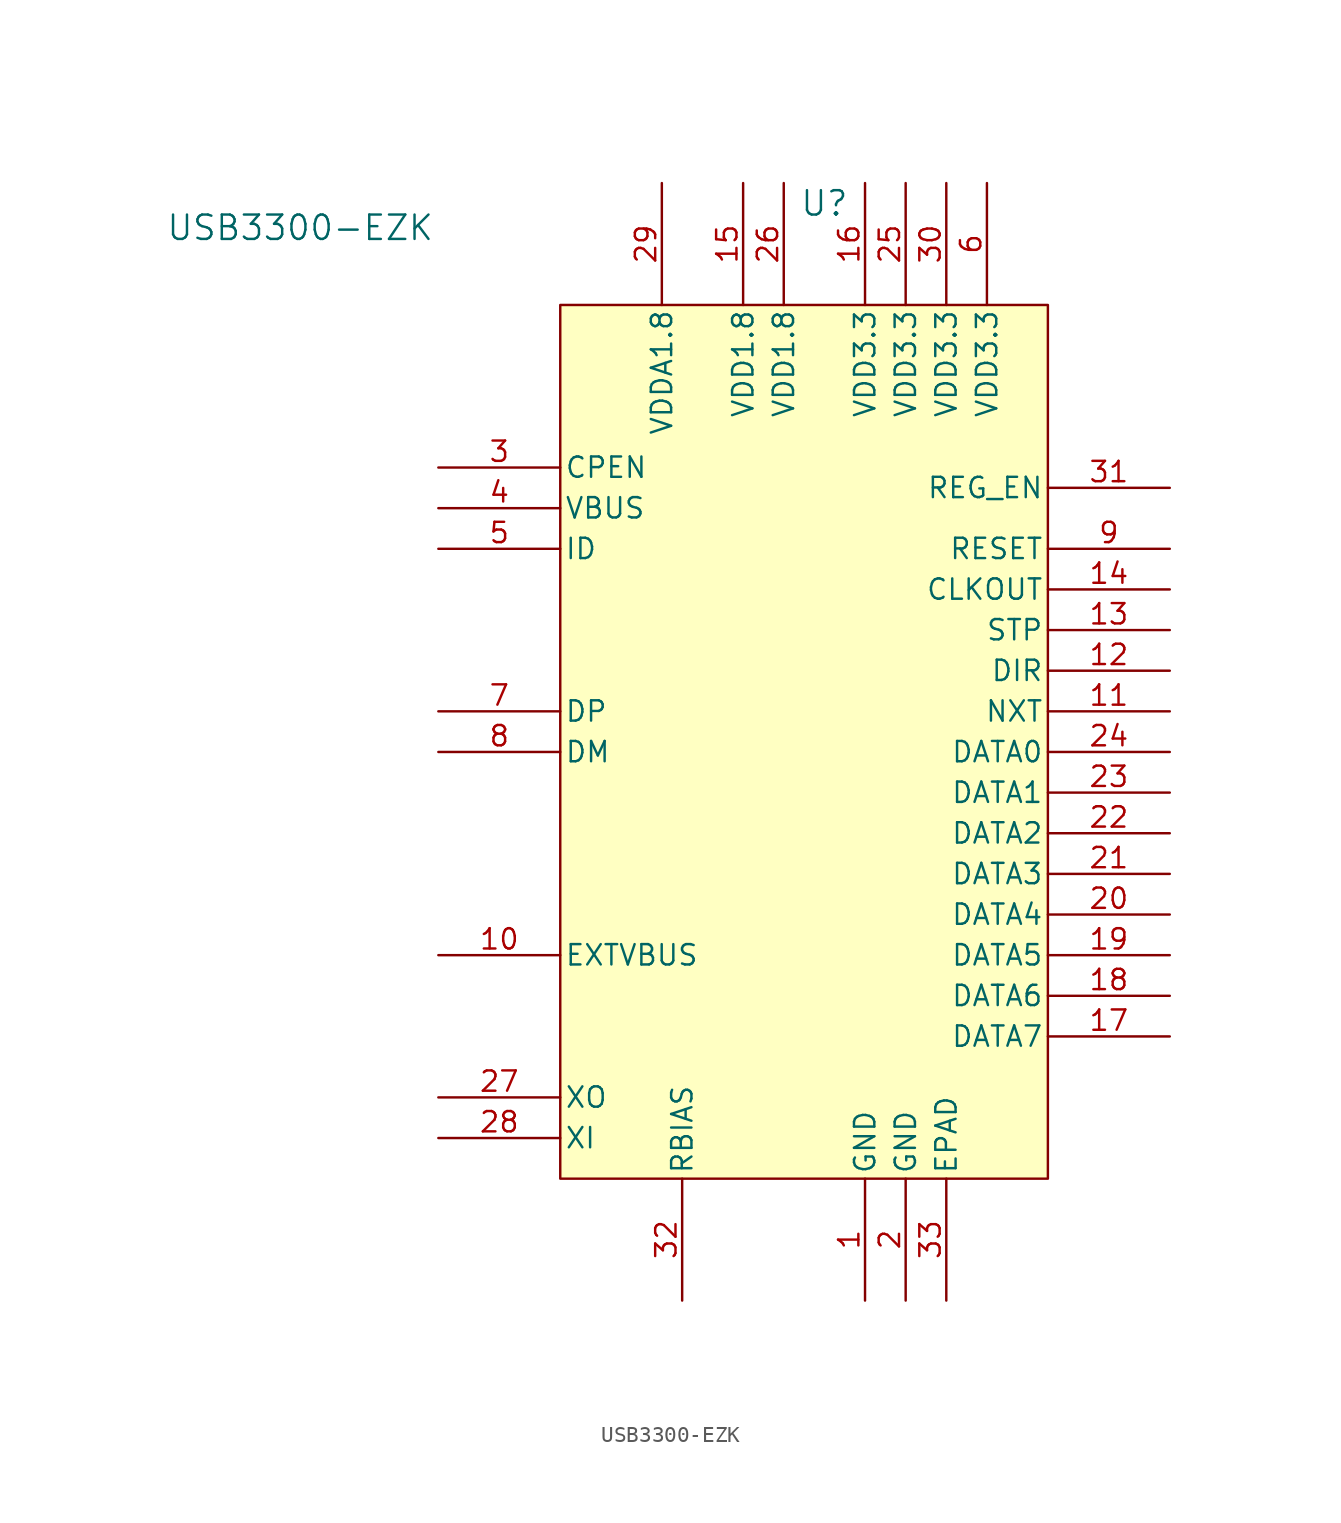
<source format=kicad_sym>
(kicad_symbol_lib
  (version 20241209)
  (generator "kicad_symbol_editor")
  (generator_version "9.0")
  (symbol "USB3300-EZK"
    (pin_names
      (offset 0.254))
    (property "Reference" "U"
      (at 38.1 10.16 0)
      (effects (font (size 1.524 1.524))))
    (property "Value" "USB3300-EZK"
      (at 5.334 8.636 0)
      (effects (font (size 1.524 1.524))))
    (symbol "USB3300-EZK_0_1"
      (pin output line (at 13.97 -6.35 0) (length 7.62) (name "CPEN" (effects (font (size 1.27 1.27)))) (number "3" (effects (font (size 1.27 1.27)))))
      (pin bidirectional line (at 13.97 -8.89 0) (length 7.62) (name "VBUS" (effects (font (size 1.27 1.27)))) (number "4" (effects (font (size 1.27 1.27)))))
      (pin input line (at 13.97 -11.43 0) (length 7.62) (name "ID" (effects (font (size 1.27 1.27)))) (number "5" (effects (font (size 1.27 1.27)))))
      (pin bidirectional line (at 13.97 -21.59 0) (length 7.62) (name "DP" (effects (font (size 1.27 1.27)))) (number "7" (effects (font (size 1.27 1.27)))))
      (pin bidirectional line (at 13.97 -24.13 0) (length 7.62) (name "DM" (effects (font (size 1.27 1.27)))) (number "8" (effects (font (size 1.27 1.27)))))
      (pin input line (at 13.97 -36.83 0) (length 7.62) (name "EXTVBUS" (effects (font (size 1.27 1.27)))) (number "10" (effects (font (size 1.27 1.27)))))
      (pin output line (at 13.97 -45.72 0) (length 7.62) (name "XO" (effects (font (size 1.27 1.27)))) (number "27" (effects (font (size 1.27 1.27)))))
      (pin input line (at 13.97 -48.26 0) (length 7.62) (name "XI" (effects (font (size 1.27 1.27)))) (number "28" (effects (font (size 1.27 1.27)))))
      (pin power_in line (at 27.94 11.43 270) (length 7.62) (name "VDDA1.8" (effects (font (size 1.27 1.27)))) (number "29" (effects (font (size 1.27 1.27)))))
      (pin power_in line (at 33.02 11.43 270) (length 7.62) (name "VDD1.8" (effects (font (size 1.27 1.27)))) (number "15" (effects (font (size 1.27 1.27)))))
      (pin power_in line (at 35.56 11.43 270) (length 7.62) (name "VDD1.8" (effects (font (size 1.27 1.27)))) (number "26" (effects (font (size 1.27 1.27)))))
      (pin power_in line (at 40.64 11.43 270) (length 7.62) (name "VDD3.3" (effects (font (size 1.27 1.27)))) (number "16" (effects (font (size 1.27 1.27)))))
      (pin power_in line (at 40.64 -58.42 90) (length 7.62) (name "GND" (effects (font (size 1.27 1.27)))) (number "1" (effects (font (size 1.27 1.27)))))
      (pin power_in line (at 43.18 11.43 270) (length 7.62) (name "VDD3.3" (effects (font (size 1.27 1.27)))) (number "25" (effects (font (size 1.27 1.27)))))
      (pin power_in line (at 43.18 -58.42 90) (length 7.62) (name "GND" (effects (font (size 1.27 1.27)))) (number "2" (effects (font (size 1.27 1.27)))))
      (pin power_in line (at 45.72 11.43 270) (length 7.62) (name "VDD3.3" (effects (font (size 1.27 1.27)))) (number "30" (effects (font (size 1.27 1.27)))))
      (pin power_in line (at 48.26 11.43 270) (length 7.62) (name "VDD3.3" (effects (font (size 1.27 1.27)))) (number "6" (effects (font (size 1.27 1.27)))))
      (pin input line (at 59.69 -11.43 180) (length 7.62) (name "RESET" (effects (font (size 1.27 1.27)))) (number "9" (effects (font (size 1.27 1.27)))))
      (pin output line (at 59.69 -13.97 180) (length 7.62) (name "CLKOUT" (effects (font (size 1.27 1.27)))) (number "14" (effects (font (size 1.27 1.27)))))
      (pin input line (at 59.69 -16.51 180) (length 7.62) (name "STP" (effects (font (size 1.27 1.27)))) (number "13" (effects (font (size 1.27 1.27)))))
      (pin output line (at 59.69 -19.05 180) (length 7.62) (name "DIR" (effects (font (size 1.27 1.27)))) (number "12" (effects (font (size 1.27 1.27)))))
      (pin output line (at 59.69 -21.59 180) (length 7.62) (name "NXT" (effects (font (size 1.27 1.27)))) (number "11" (effects (font (size 1.27 1.27)))))
      (pin bidirectional line (at 59.69 -24.13 180) (length 7.62) (name "DATA0" (effects (font (size 1.27 1.27)))) (number "24" (effects (font (size 1.27 1.27)))))
      (pin bidirectional line (at 59.69 -26.67 180) (length 7.62) (name "DATA1" (effects (font (size 1.27 1.27)))) (number "23" (effects (font (size 1.27 1.27)))))
      (pin bidirectional line (at 59.69 -29.21 180) (length 7.62) (name "DATA2" (effects (font (size 1.27 1.27)))) (number "22" (effects (font (size 1.27 1.27)))))
      (pin bidirectional line (at 59.69 -31.75 180) (length 7.62) (name "DATA3" (effects (font (size 1.27 1.27)))) (number "21" (effects (font (size 1.27 1.27)))))
      (pin bidirectional line (at 59.69 -34.29 180) (length 7.62) (name "DATA4" (effects (font (size 1.27 1.27)))) (number "20" (effects (font (size 1.27 1.27)))))
      (pin bidirectional line (at 59.69 -36.83 180) (length 7.62) (name "DATA5" (effects (font (size 1.27 1.27)))) (number "19" (effects (font (size 1.27 1.27)))))
      (pin bidirectional line (at 59.69 -39.37 180) (length 7.62) (name "DATA6" (effects (font (size 1.27 1.27)))) (number "18" (effects (font (size 1.27 1.27)))))
      (pin bidirectional line (at 59.69 -41.91 180) (length 7.62) (name "DATA7" (effects (font (size 1.27 1.27)))) (number "17" (effects (font (size 1.27 1.27))))))
    (symbol "USB3300-EZK_1_1"
      (rectangle (start 21.59 3.81) (end 52.07 -50.8) (stroke (width 0) (type solid)) (fill (type background)))
      (pin output line (at 29.21 -58.42 90) (length 7.62) (name "RBIAS" (effects (font (size 1.27 1.27)))) (number "32" (effects (font (size 1.27 1.27)))))
      (pin power_in line (at 45.72 -58.42 90) (length 7.62) (name "EPAD" (effects (font (size 1.27 1.27)))) (number "33" (effects (font (size 1.27 1.27)))))
      (pin power_in line (at 59.69 -7.62 180) (length 7.62) (name "REG_EN" (effects (font (size 1.27 1.27)))) (number "31" (effects (font (size 1.27 1.27))))))))
</source>
